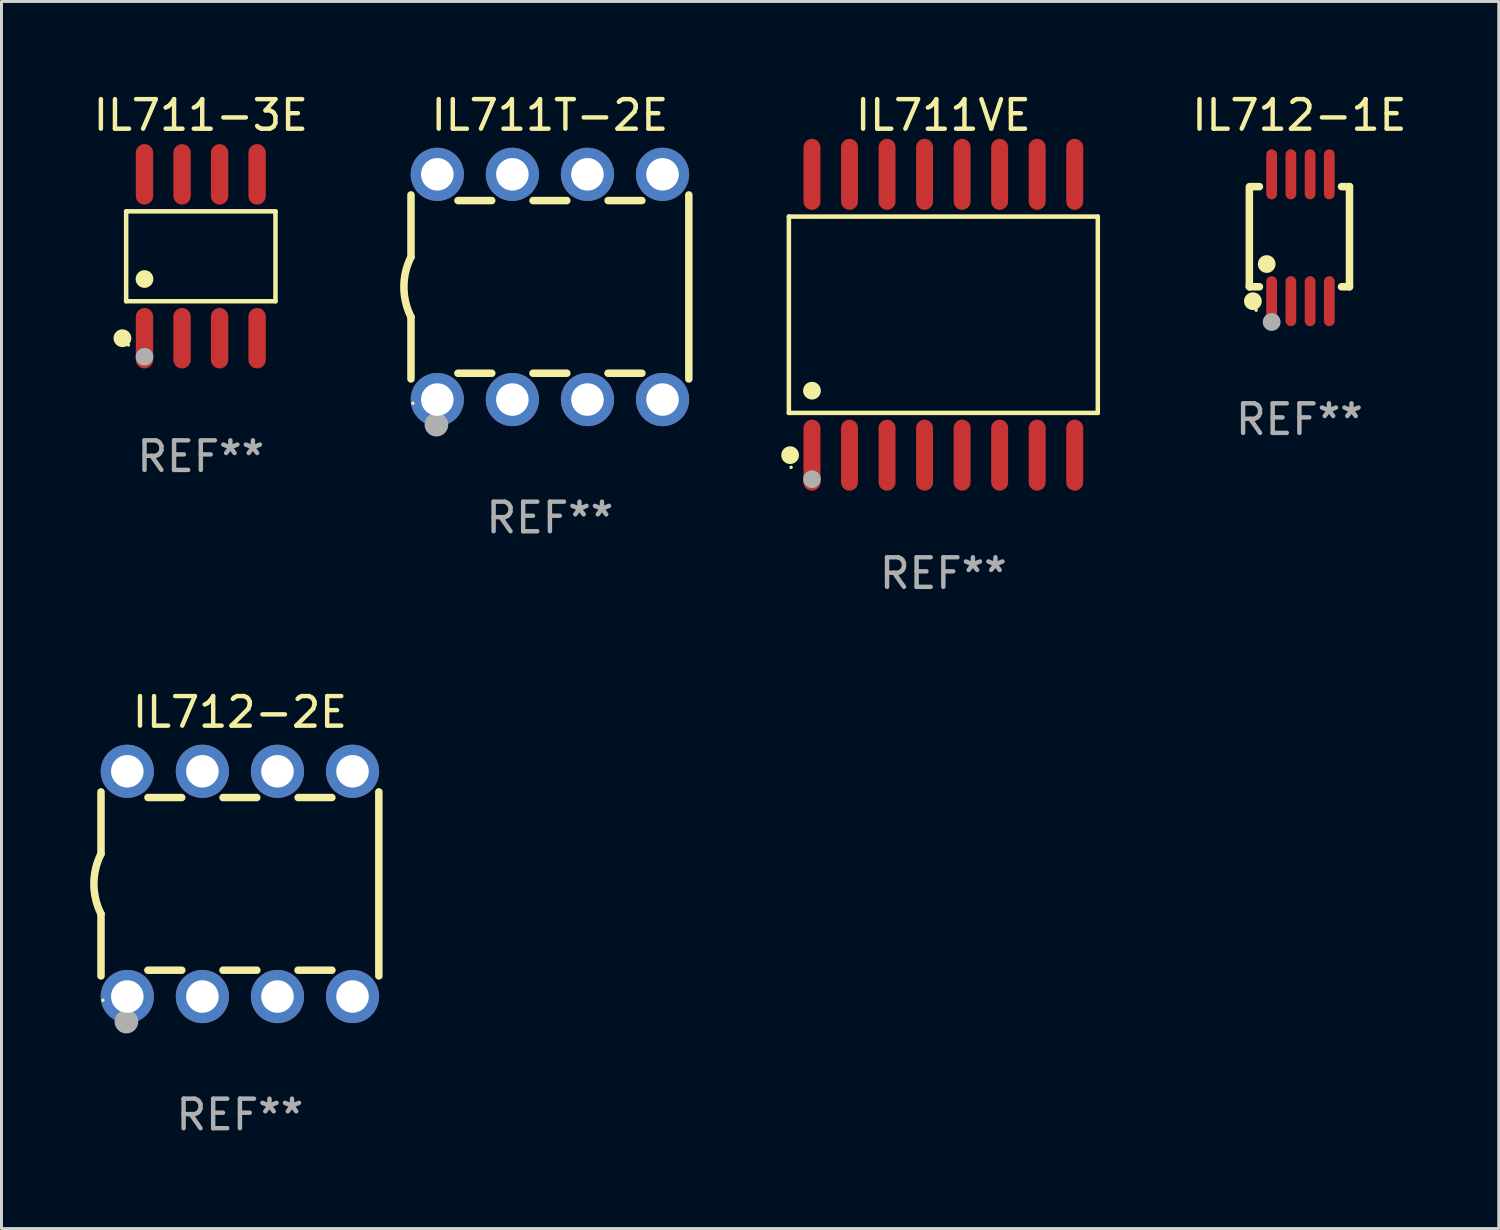
<source format=kicad_pcb>
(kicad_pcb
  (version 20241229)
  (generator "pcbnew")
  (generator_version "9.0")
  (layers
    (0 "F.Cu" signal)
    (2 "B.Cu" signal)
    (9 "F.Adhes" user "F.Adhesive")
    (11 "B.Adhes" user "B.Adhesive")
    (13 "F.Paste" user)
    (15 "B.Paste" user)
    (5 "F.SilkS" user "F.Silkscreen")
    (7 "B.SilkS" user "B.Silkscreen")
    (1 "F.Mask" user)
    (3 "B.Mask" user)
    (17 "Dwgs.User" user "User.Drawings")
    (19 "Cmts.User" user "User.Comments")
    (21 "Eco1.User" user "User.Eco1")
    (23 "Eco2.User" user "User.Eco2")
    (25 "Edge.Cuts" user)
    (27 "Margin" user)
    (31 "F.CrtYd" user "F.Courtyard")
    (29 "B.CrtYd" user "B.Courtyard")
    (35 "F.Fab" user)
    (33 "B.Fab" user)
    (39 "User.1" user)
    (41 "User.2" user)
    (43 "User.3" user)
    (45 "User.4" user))
  (footprint "IL712-2E"
    (layer "F.Cu")
    (at 5.067 26.855)
    (property "Reference" "IL712-2E" (at 0 -5.81 0) (layer "F.SilkS") (effects (font (size 1 1) (thickness 0.15))))
    (attr through_hole)
    (fp_line (start -4.7 -1.017) (end -4.7 -3.113) (stroke (width 0.254) (type solid)) (layer "F.SilkS"))
    (fp_line (start -4.7 1.015) (end -4.7 3.113) (stroke (width 0.254) (type solid)) (layer "F.SilkS"))
    (fp_line (start -3.113 2.92) (end -1.967 2.92) (stroke (width 0.254) (type solid)) (layer "F.SilkS"))
    (fp_line (start -3.111 -2.922) (end -1.969 -2.922) (stroke (width 0.254) (type solid)) (layer "F.SilkS"))
    (fp_line (start -0.573 2.92) (end 0.573 2.92) (stroke (width 0.254) (type solid)) (layer "F.SilkS"))
    (fp_line (start -0.571 -2.922) (end 0.571 -2.922) (stroke (width 0.254) (type solid)) (layer "F.SilkS"))
    (fp_line (start 1.967 2.92) (end 3.113 2.92) (stroke (width 0.254) (type solid)) (layer "F.SilkS"))
    (fp_line (start 1.969 -2.922) (end 3.111 -2.922) (stroke (width 0.254) (type solid)) (layer "F.SilkS"))
    (fp_line (start 4.7 -3.113) (end 4.7 3.113) (stroke (width 0.254) (type solid)) (layer "F.SilkS"))
    (fp_arc (start -4.7 1.01524) (mid -4.939846 -0.000762) (end -4.7 -1.016764) (stroke (width 0.254001) (type solid)) (layer "F.SilkS"))
    (fp_circle (center -4.636 3.935) (end -4.606 3.935) (stroke (width 0.06) (type solid)) (fill no) (layer "F.SilkS"))
    (fp_circle (center -3.84 4.66) (end -3.64 4.66) (stroke (width 0.4) (type solid)) (fill no) (layer "F.Fab"))
    (fp_text user "REF**" (at 0 7.81 0) (layer "F.Fab") (effects (font (size 1 1) (thickness 0.15))))
    (pad "1" thru_hole circle (at -3.81 3.81) (size 1.8 1.8) (drill 1.1) (layers "*.Cu" "*.Mask"))
    (pad "2" thru_hole circle (at -1.27 3.81) (size 1.8 1.8) (drill 1.1) (layers "*.Cu" "*.Mask"))
    (pad "3" thru_hole circle (at 1.27 3.81) (size 1.8 1.8) (drill 1.1) (layers "*.Cu" "*.Mask"))
    (pad "4" thru_hole circle (at 3.81 3.81) (size 1.8 1.8) (drill 1.1) (layers "*.Cu" "*.Mask"))
    (pad "5" thru_hole circle (at 3.81 -3.81) (size 1.8 1.8) (drill 1.1) (layers "*.Cu" "*.Mask"))
    (pad "6" thru_hole circle (at 1.27 -3.81) (size 1.8 1.8) (drill 1.1) (layers "*.Cu" "*.Mask"))
    (pad "7" thru_hole circle (at -1.27 -3.81) (size 1.8 1.8) (drill 1.1) (layers "*.Cu" "*.Mask"))
    (pad "8" thru_hole circle (at -3.81 -3.81) (size 1.8 1.8) (drill 1.1) (layers "*.Cu" "*.Mask")))
  (footprint "IL712-1E"
    (layer "F.Cu")
    (at 40.913 4.994)
    (property "Reference" "IL712-1E" (at 0 -4.146 0) (layer "F.SilkS") (effects (font (size 1 1) (thickness 0.15))))
    (attr through_hole)
    (fp_line (start -1.694 -1.724) (end -1.694 1.652) (stroke (width 0.254) (type solid)) (layer "F.SilkS"))
    (fp_line (start -1.694 1.652) (end -1.688 1.658) (stroke (width 0.254) (type solid)) (layer "F.SilkS"))
    (fp_line (start -1.688 1.658) (end -1.353 1.658) (stroke (width 0.254) (type solid)) (layer "F.SilkS"))
    (fp_line (start -1.661 -1.73) (end -1.681 -1.71) (stroke (width 0.254) (type solid)) (layer "F.SilkS"))
    (fp_line (start -1.353 -1.73) (end -1.661 -1.73) (stroke (width 0.254) (type solid)) (layer "F.SilkS"))
    (fp_line (start 1.424 1.658) (end 1.694 1.658) (stroke (width 0.254) (type solid)) (layer "F.SilkS"))
    (fp_line (start 1.694 -1.73) (end 1.424 -1.73) (stroke (width 0.254) (type solid)) (layer "F.SilkS"))
    (fp_line (start 1.694 1.658) (end 1.694 -1.73) (stroke (width 0.254) (type solid)) (layer "F.SilkS"))
    (fp_circle (center -1.574 2.146) (end -1.424 2.146) (stroke (width 0.3) (type solid)) (fill no) (layer "F.SilkS"))
    (fp_circle (center -1.464 2.45) (end -1.434 2.45) (stroke (width 0.06) (type solid)) (fill no) (layer "F.SilkS"))
    (fp_circle (center -1.107 0.889) (end -0.957 0.889) (stroke (width 0.3) (type solid)) (fill no) (layer "F.SilkS"))
    (fp_circle (center -0.94 2.85) (end -0.789 2.85) (stroke (width 0.3) (type solid)) (fill no) (layer "F.Fab"))
    (fp_text user "REF**" (at 0 6.146 0) (layer "F.Fab") (effects (font (size 1 1) (thickness 0.15))))
    (pad "1" smd oval (at -0.94 2.146) (size 0.364 1.692) (layers "F.Cu" "F.Mask" "F.Paste"))
    (pad "2" smd oval (at -0.289 2.146) (size 0.364 1.692) (layers "F.Cu" "F.Mask" "F.Paste"))
    (pad "3" smd oval (at 0.361 2.146) (size 0.364 1.692) (layers "F.Cu" "F.Mask" "F.Paste"))
    (pad "4" smd oval (at 1.011 2.146) (size 0.364 1.692) (layers "F.Cu" "F.Mask" "F.Paste"))
    (pad "5" smd oval (at 1.011 -2.146) (size 0.364 1.692) (layers "F.Cu" "F.Mask" "F.Paste"))
    (pad "6" smd oval (at 0.361 -2.146) (size 0.364 1.692) (layers "F.Cu" "F.Mask" "F.Paste"))
    (pad "7" smd oval (at -0.289 -2.146) (size 0.364 1.692) (layers "F.Cu" "F.Mask" "F.Paste"))
    (pad "8" smd oval (at -0.94 -2.146) (size 0.364 1.692) (layers "F.Cu" "F.Mask" "F.Paste")))
  (footprint "IL711T-2E"
    (layer "F.Cu")
    (at 15.555 6.658)
    (property "Reference" "IL711T-2E" (at 0 -5.81 0) (layer "F.SilkS") (effects (font (size 1 1) (thickness 0.15))))
    (attr through_hole)
    (fp_line (start -4.7 -1.017) (end -4.7 -3.113) (stroke (width 0.254) (type solid)) (layer "F.SilkS"))
    (fp_line (start -4.7 1.015) (end -4.7 3.113) (stroke (width 0.254) (type solid)) (layer "F.SilkS"))
    (fp_line (start -3.113 2.92) (end -1.967 2.92) (stroke (width 0.254) (type solid)) (layer "F.SilkS"))
    (fp_line (start -3.111 -2.922) (end -1.969 -2.922) (stroke (width 0.254) (type solid)) (layer "F.SilkS"))
    (fp_line (start -0.573 2.92) (end 0.573 2.92) (stroke (width 0.254) (type solid)) (layer "F.SilkS"))
    (fp_line (start -0.571 -2.922) (end 0.571 -2.922) (stroke (width 0.254) (type solid)) (layer "F.SilkS"))
    (fp_line (start 1.967 2.92) (end 3.113 2.92) (stroke (width 0.254) (type solid)) (layer "F.SilkS"))
    (fp_line (start 1.969 -2.922) (end 3.111 -2.922) (stroke (width 0.254) (type solid)) (layer "F.SilkS"))
    (fp_line (start 4.7 -3.113) (end 4.7 3.113) (stroke (width 0.254) (type solid)) (layer "F.SilkS"))
    (fp_arc (start -4.7 1.01524) (mid -4.939846 -0.000762) (end -4.7 -1.016764) (stroke (width 0.254001) (type solid)) (layer "F.SilkS"))
    (fp_circle (center -4.636 3.935) (end -4.606 3.935) (stroke (width 0.06) (type solid)) (fill no) (layer "F.SilkS"))
    (fp_circle (center -3.84 4.66) (end -3.64 4.66) (stroke (width 0.4) (type solid)) (fill no) (layer "F.Fab"))
    (fp_text user "REF**" (at 0 7.81 0) (layer "F.Fab") (effects (font (size 1 1) (thickness 0.15))))
    (pad "1" thru_hole circle (at -3.81 3.81) (size 1.8 1.8) (drill 1.1) (layers "*.Cu" "*.Mask"))
    (pad "2" thru_hole circle (at -1.27 3.81) (size 1.8 1.8) (drill 1.1) (layers "*.Cu" "*.Mask"))
    (pad "3" thru_hole circle (at 1.27 3.81) (size 1.8 1.8) (drill 1.1) (layers "*.Cu" "*.Mask"))
    (pad "4" thru_hole circle (at 3.81 3.81) (size 1.8 1.8) (drill 1.1) (layers "*.Cu" "*.Mask"))
    (pad "5" thru_hole circle (at 3.81 -3.81) (size 1.8 1.8) (drill 1.1) (layers "*.Cu" "*.Mask"))
    (pad "6" thru_hole circle (at 1.27 -3.81) (size 1.8 1.8) (drill 1.1) (layers "*.Cu" "*.Mask"))
    (pad "7" thru_hole circle (at -1.27 -3.81) (size 1.8 1.8) (drill 1.1) (layers "*.Cu" "*.Mask"))
    (pad "8" thru_hole circle (at -3.81 -3.81) (size 1.8 1.8) (drill 1.1) (layers "*.Cu" "*.Mask")))
  (footprint "IL711-3E"
    (layer "F.Cu")
    (at 3.744 5.621)
    (property "Reference" "IL711-3E" (at 0 -4.772 0) (layer "F.SilkS") (effects (font (size 1 1) (thickness 0.15))))
    (attr through_hole)
    (fp_line (start -2.526 -1.521) (end 2.526 -1.521) (stroke (width 0.152) (type solid)) (layer "F.SilkS"))
    (fp_line (start -2.526 1.521) (end -2.526 -1.521) (stroke (width 0.152) (type solid)) (layer "F.SilkS"))
    (fp_line (start 2.526 -1.521) (end 2.526 1.521) (stroke (width 0.152) (type solid)) (layer "F.SilkS"))
    (fp_line (start 2.526 1.521) (end -2.526 1.521) (stroke (width 0.152) (type solid)) (layer "F.SilkS"))
    (fp_circle (center -2.652 2.772) (end -2.501 2.772) (stroke (width 0.3) (type solid)) (fill no) (layer "F.SilkS"))
    (fp_circle (center -2.45 3) (end -2.42 3) (stroke (width 0.06) (type solid)) (fill no) (layer "F.SilkS"))
    (fp_circle (center -1.905 0.769) (end -1.755 0.769) (stroke (width 0.3) (type solid)) (fill no) (layer "F.SilkS"))
    (fp_circle (center -1.905 3.4) (end -1.755 3.4) (stroke (width 0.3) (type solid)) (fill no) (layer "F.Fab"))
    (fp_text user "REF**" (at 0 6.772 0) (layer "F.Fab") (effects (font (size 1 1) (thickness 0.15))))
    (pad "1" smd oval (at -1.905 2.772) (size 0.588 2.045) (layers "F.Cu" "F.Mask" "F.Paste"))
    (pad "2" smd oval (at -0.635 2.772) (size 0.588 2.045) (layers "F.Cu" "F.Mask" "F.Paste"))
    (pad "3" smd oval (at 0.635 2.772) (size 0.588 2.045) (layers "F.Cu" "F.Mask" "F.Paste"))
    (pad "4" smd oval (at 1.905 2.772) (size 0.588 2.045) (layers "F.Cu" "F.Mask" "F.Paste"))
    (pad "5" smd oval (at 1.905 -2.772) (size 0.588 2.045) (layers "F.Cu" "F.Mask" "F.Paste"))
    (pad "6" smd oval (at 0.635 -2.772) (size 0.588 2.045) (layers "F.Cu" "F.Mask" "F.Paste"))
    (pad "7" smd oval (at -0.635 -2.772) (size 0.588 2.045) (layers "F.Cu" "F.Mask" "F.Paste"))
    (pad "8" smd oval (at -1.905 -2.772) (size 0.588 2.045) (layers "F.Cu" "F.Mask" "F.Paste")))
  (footprint "IL711VE"
    (layer "F.Cu")
    (at 28.866 7.599)
    (property "Reference" "IL711VE" (at 0 -6.75 0) (layer "F.SilkS") (effects (font (size 1 1) (thickness 0.15))))
    (attr through_hole)
    (fp_line (start -5.226 -3.321) (end 5.226 -3.321) (stroke (width 0.152) (type solid)) (layer "F.SilkS"))
    (fp_line (start -5.226 3.321) (end -5.226 -3.321) (stroke (width 0.152) (type solid)) (layer "F.SilkS"))
    (fp_line (start 5.226 -3.321) (end 5.226 3.321) (stroke (width 0.152) (type solid)) (layer "F.SilkS"))
    (fp_line (start 5.226 3.321) (end -5.226 3.321) (stroke (width 0.152) (type solid)) (layer "F.SilkS"))
    (fp_circle (center -5.184 4.75) (end -5.034 4.75) (stroke (width 0.3) (type solid)) (fill no) (layer "F.SilkS"))
    (fp_circle (center -5.15 5.163) (end -5.12 5.163) (stroke (width 0.06) (type solid)) (fill no) (layer "F.SilkS"))
    (fp_circle (center -4.445 2.569) (end -4.295 2.569) (stroke (width 0.3) (type solid)) (fill no) (layer "F.SilkS"))
    (fp_circle (center -4.445 5.563) (end -4.295 5.563) (stroke (width 0.3) (type solid)) (fill no) (layer "F.Fab"))
    (fp_text user "REF**" (at 0 8.75 0) (layer "F.Fab") (effects (font (size 1 1) (thickness 0.15))))
    (pad "1" smd oval (at -4.445 4.75) (size 0.574 2.401) (layers "F.Cu" "F.Mask" "F.Paste"))
    (pad "2" smd oval (at -3.175 4.75) (size 0.574 2.401) (layers "F.Cu" "F.Mask" "F.Paste"))
    (pad "3" smd oval (at -1.905 4.75) (size 0.574 2.401) (layers "F.Cu" "F.Mask" "F.Paste"))
    (pad "4" smd oval (at -0.635 4.75) (size 0.574 2.401) (layers "F.Cu" "F.Mask" "F.Paste"))
    (pad "5" smd oval (at 0.635 4.75) (size 0.574 2.401) (layers "F.Cu" "F.Mask" "F.Paste"))
    (pad "6" smd oval (at 1.905 4.75) (size 0.574 2.401) (layers "F.Cu" "F.Mask" "F.Paste"))
    (pad "7" smd oval (at 3.175 4.75) (size 0.574 2.401) (layers "F.Cu" "F.Mask" "F.Paste"))
    (pad "8" smd oval (at 4.445 4.75) (size 0.574 2.401) (layers "F.Cu" "F.Mask" "F.Paste"))
    (pad "9" smd oval (at 4.445 -4.75) (size 0.574 2.401) (layers "F.Cu" "F.Mask" "F.Paste"))
    (pad "10" smd oval (at 3.175 -4.75) (size 0.574 2.401) (layers "F.Cu" "F.Mask" "F.Paste"))
    (pad "11" smd oval (at 1.905 -4.75) (size 0.574 2.401) (layers "F.Cu" "F.Mask" "F.Paste"))
    (pad "12" smd oval (at 0.635 -4.75) (size 0.574 2.401) (layers "F.Cu" "F.Mask" "F.Paste"))
    (pad "13" smd oval (at -0.635 -4.75) (size 0.574 2.401) (layers "F.Cu" "F.Mask" "F.Paste"))
    (pad "14" smd oval (at -1.905 -4.75) (size 0.574 2.401) (layers "F.Cu" "F.Mask" "F.Paste"))
    (pad "15" smd oval (at -3.175 -4.75) (size 0.574 2.401) (layers "F.Cu" "F.Mask" "F.Paste"))
    (pad "16" smd oval (at -4.445 -4.75) (size 0.574 2.401) (layers "F.Cu" "F.Mask" "F.Paste")))
  (gr_rect
    (start -3 -3)
    (end 47.657 38.514)
    (stroke (width 0.1) (type default))
    (fill no)
    (layer "Edge.Cuts")))
</source>
